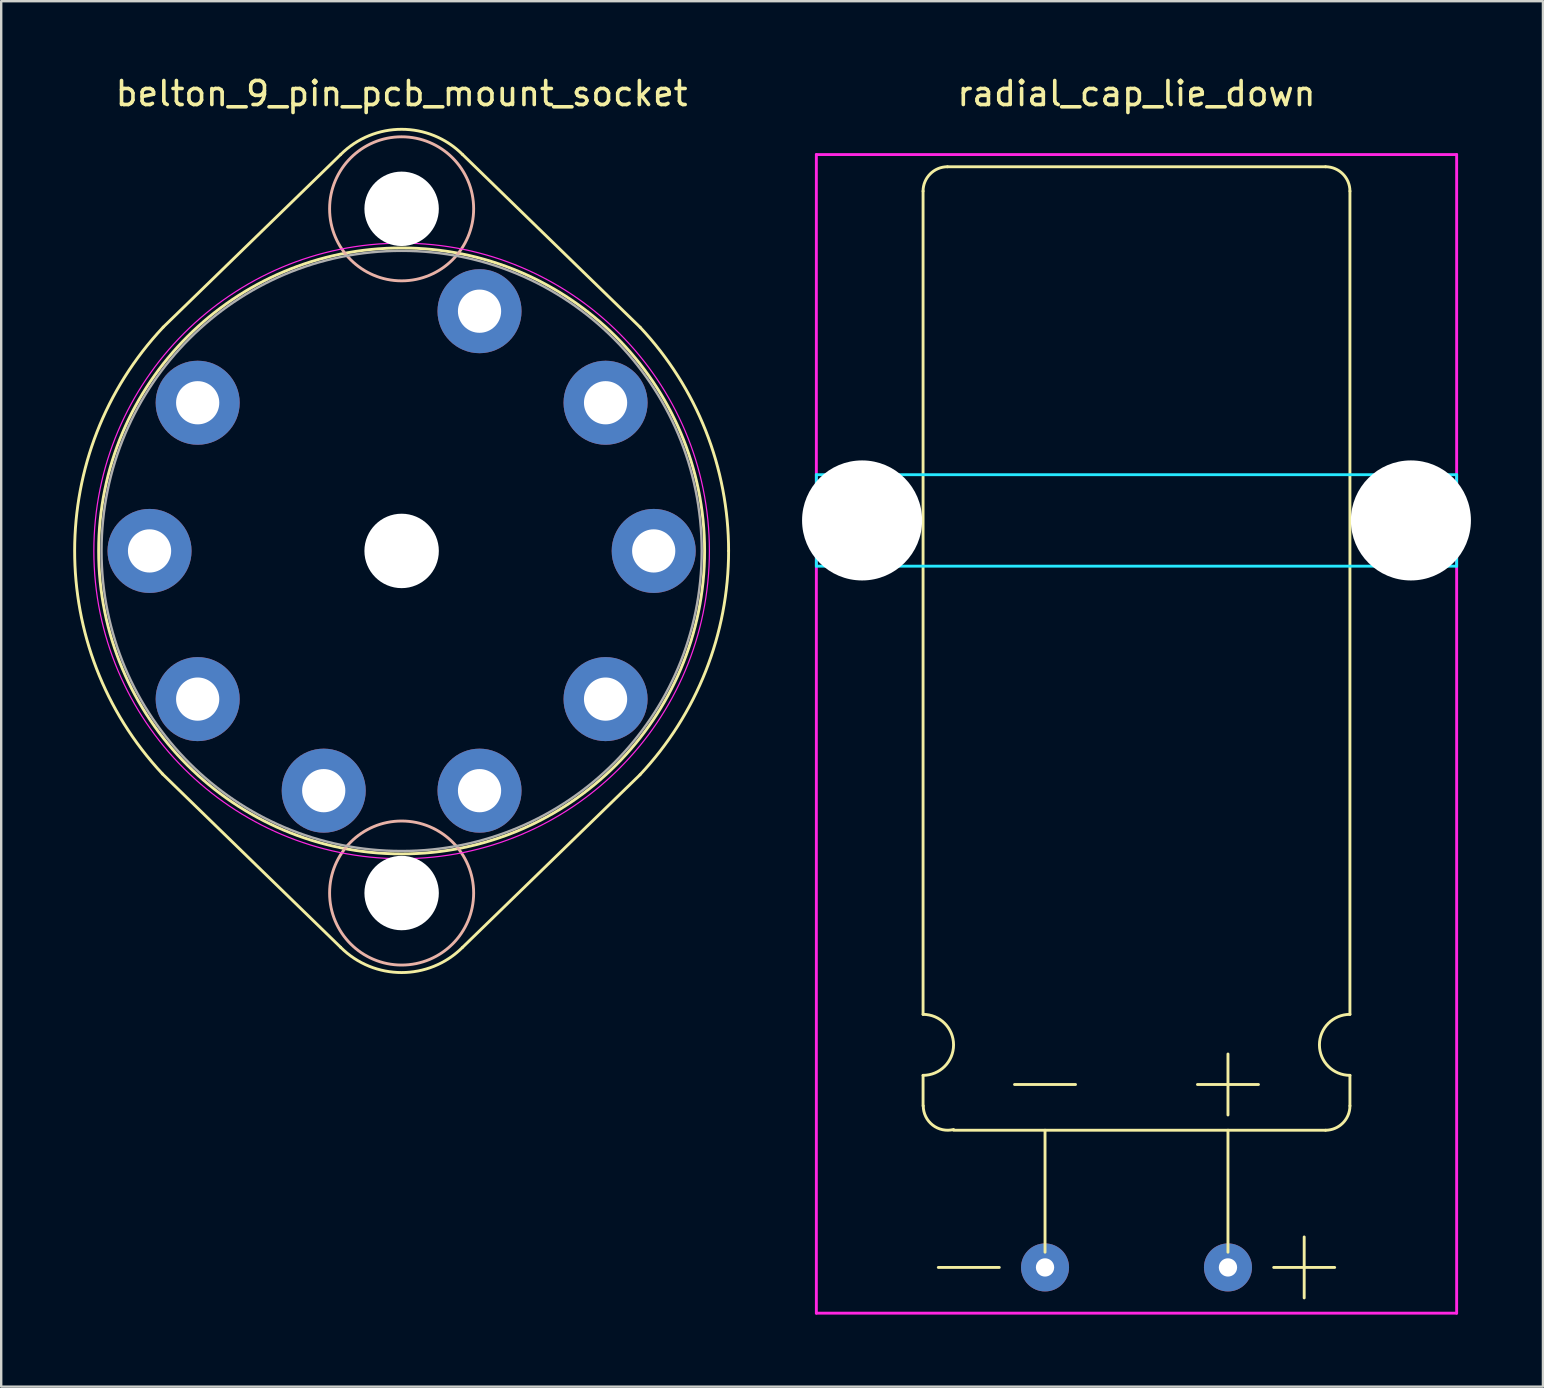
<source format=kicad_pcb>
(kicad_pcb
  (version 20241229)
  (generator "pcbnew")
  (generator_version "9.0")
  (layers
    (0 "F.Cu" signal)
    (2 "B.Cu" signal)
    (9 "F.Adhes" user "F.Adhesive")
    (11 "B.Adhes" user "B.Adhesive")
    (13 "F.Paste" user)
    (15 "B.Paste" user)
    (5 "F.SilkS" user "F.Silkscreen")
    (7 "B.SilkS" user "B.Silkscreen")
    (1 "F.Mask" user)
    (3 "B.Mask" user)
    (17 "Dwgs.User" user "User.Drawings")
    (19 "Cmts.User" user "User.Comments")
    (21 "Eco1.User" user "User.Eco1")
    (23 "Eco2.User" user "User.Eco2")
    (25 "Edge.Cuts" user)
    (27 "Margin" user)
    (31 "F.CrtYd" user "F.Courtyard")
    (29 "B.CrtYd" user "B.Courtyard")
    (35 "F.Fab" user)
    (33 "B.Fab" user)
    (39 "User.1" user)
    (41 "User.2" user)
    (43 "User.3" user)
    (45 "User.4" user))
  (footprint "radial_cap_lie_down"
    (layer "F.Cu")
    (at 44.289 44.028)
    (property "Reference" "radial_cap_lie_down" (at 0 -43.18 0) (layer "F.SilkS") (effects (font (size 1 1) (thickness 0.15))))
    (attr through_hole)
    (fp_line (start -8.89 -39.116) (end -8.89 -4.826) (stroke (width 0.12) (type solid)) (layer "F.SilkS"))
    (fp_line (start -8.89 -2.286) (end -8.89 -1.016) (stroke (width 0.12) (type solid)) (layer "F.SilkS"))
    (fp_line (start -8.255 5.715) (end -5.715 5.715) (stroke (width 0.12) (type solid)) (layer "F.SilkS"))
    (fp_line (start -7.62 0) (end 7.874 0) (stroke (width 0.12) (type solid)) (layer "F.SilkS"))
    (fp_line (start -5.08 -1.905) (end -2.54 -1.905) (stroke (width 0.12) (type solid)) (layer "F.SilkS"))
    (fp_line (start -3.81 5.08) (end -3.81 0) (stroke (width 0.12) (type solid)) (layer "F.SilkS"))
    (fp_line (start 2.54 -1.905) (end 5.08 -1.905) (stroke (width 0.12) (type solid)) (layer "F.SilkS"))
    (fp_line (start 3.81 -0.635) (end 3.81 -3.175) (stroke (width 0.12) (type solid)) (layer "F.SilkS"))
    (fp_line (start 3.81 5.08) (end 3.81 0) (stroke (width 0.12) (type solid)) (layer "F.SilkS"))
    (fp_line (start 5.715 5.715) (end 8.255 5.715) (stroke (width 0.12) (type solid)) (layer "F.SilkS"))
    (fp_line (start 6.985 6.985) (end 6.985 4.445) (stroke (width 0.12) (type solid)) (layer "F.SilkS"))
    (fp_line (start 7.874 -40.132) (end -7.874 -40.132) (stroke (width 0.12) (type solid)) (layer "F.SilkS"))
    (fp_line (start 8.89 -4.826) (end 8.89 -39.116) (stroke (width 0.12) (type solid)) (layer "F.SilkS"))
    (fp_line (start 8.89 -1.016) (end 8.89 -2.286) (stroke (width 0.12) (type solid)) (layer "F.SilkS"))
    (fp_arc (start -8.89 -39.116) (mid -8.59242 -39.83442) (end -7.874 -40.132) (stroke (width 0.12) (type solid)) (layer "F.SilkS"))
    (fp_arc (start -8.89 -4.826) (mid -7.62 -3.556) (end -8.89 -2.286) (stroke (width 0.12) (type solid)) (layer "F.SilkS"))
    (fp_arc (start -7.62 -0.030335) (mid -8.491675 -0.215183) (end -8.882416 -1.016) (stroke (width 0.12) (type solid)) (layer "F.SilkS"))
    (fp_arc (start 7.874 -40.132) (mid 8.59242 -39.83442) (end 8.89 -39.116) (stroke (width 0.12) (type solid)) (layer "F.SilkS"))
    (fp_arc (start 8.89 -2.286) (mid 7.62 -3.556) (end 8.89 -4.826) (stroke (width 0.12) (type solid)) (layer "F.SilkS"))
    (fp_arc (start 8.89 -1.016) (mid 8.59242 -0.29758) (end 7.874 0) (stroke (width 0.12) (type solid)) (layer "F.SilkS"))
    (fp_line (start -13.335 -27.305) (end -13.335 -23.495) (stroke (width 0.12) (type solid)) (layer "B.CrtYd"))
    (fp_line (start -13.335 -23.495) (end 13.335 -23.495) (stroke (width 0.12) (type solid)) (layer "B.CrtYd"))
    (fp_line (start 13.335 -27.305) (end -13.335 -27.305) (stroke (width 0.12) (type solid)) (layer "B.CrtYd"))
    (fp_line (start 13.335 -25.4) (end 13.335 -27.305) (stroke (width 0.12) (type solid)) (layer "B.CrtYd"))
    (fp_line (start 13.335 -23.495) (end 13.335 -25.4) (stroke (width 0.12) (type solid)) (layer "B.CrtYd"))
    (fp_line (start -13.335 -40.64) (end -13.335 7.62) (stroke (width 0.12) (type solid)) (layer "F.CrtYd"))
    (fp_line (start -13.335 7.62) (end 13.335 7.62) (stroke (width 0.12) (type solid)) (layer "F.CrtYd"))
    (fp_line (start 13.335 -40.64) (end -13.335 -40.64) (stroke (width 0.12) (type solid)) (layer "F.CrtYd"))
    (fp_line (start 13.335 7.62) (end 13.335 -40.64) (stroke (width 0.12) (type solid)) (layer "F.CrtYd"))
    (pad "" np_thru_hole circle (at -11.43 -25.4) (size 5 5) (drill 5) (layers "*.Cu" "*.Mask"))
    (pad "" np_thru_hole circle (at 11.43 -25.4) (size 5 5) (drill 5) (layers "*.Cu" "*.Mask"))
    (pad "1" thru_hole circle (at 3.81 5.715) (size 2 2) (drill 0.762) (layers "*.Cu" "*.Mask"))
    (pad "2" thru_hole circle (at -3.81 5.715) (size 2 2) (drill 0.762) (layers "*.Cu" "*.Mask")))
  (footprint "belton_9_pin_pcb_mount_socket"
    (layer "F.Cu")
    (at 13.679 19.898)
    (property "Reference" "belton_9_pin_pcb_mount_socket" (at 0 -19.05 0) (layer "F.SilkS") (effects (font (size 1 1) (thickness 0.15))))
    (attr through_hole)
    (fp_line (start -9.93 -9.322) (end -2.54 -16.51) (stroke (width 0.12) (type solid)) (layer "F.SilkS"))
    (fp_line (start -2.54 16.51) (end -9.957 9.293) (stroke (width 0.12) (type solid)) (layer "F.SilkS"))
    (fp_line (start 2.54 -16.51) (end 9.936 -9.315) (stroke (width 0.12) (type solid)) (layer "F.SilkS"))
    (fp_line (start 2.54 16.51) (end 9.93 9.322) (stroke (width 0.12) (type solid)) (layer "F.SilkS"))
    (fp_arc (start -9.956598 9.292825) (mid -13.619473 -0.019721) (end -9.929644 -9.32162) (stroke (width 0.12) (type solid)) (layer "F.SilkS"))
    (fp_arc (start -2.54 -16.51) (mid 0 -17.562102) (end 2.54 -16.51) (stroke (width 0.12) (type solid)) (layer "F.SilkS"))
    (fp_arc (start 2.54 16.51) (mid 0 17.562102) (end -2.54 16.51) (stroke (width 0.12) (type solid)) (layer "F.SilkS"))
    (fp_arc (start 9.935923 -9.314927) (mid 12.665161 -5.008406) (end 13.619487 0) (stroke (width 0.12) (type solid)) (layer "F.SilkS"))
    (fp_arc (start 13.619487 0) (mid 12.663473 5.012672) (end 9.929644 9.32162) (stroke (width 0.12) (type solid)) (layer "F.SilkS"))
    (fp_circle (center 0 0) (end 0 12.62) (stroke (width 0.12) (type solid)) (fill no) (layer "F.SilkS"))
    (fp_circle (center 0 -14.25) (end 3 -14.25) (stroke (width 0.12) (type solid)) (fill no) (layer "B.SilkS"))
    (fp_circle (center 0 14.25) (end 3 14.25) (stroke (width 0.12) (type solid)) (fill no) (layer "B.SilkS"))
    (fp_circle (center 0 0) (end 0 12.82) (stroke (width 0.05) (type solid)) (fill no) (layer "F.CrtYd"))
    (fp_circle (center 0 0) (end 0 12.5) (stroke (width 0.1) (type solid)) (fill no) (layer "F.Fab"))
    (pad "" np_thru_hole circle (at 0 -14.25) (size 3.1 3.1) (drill 3.1) (layers "*.Cu" "*.Mask"))
    (pad "" np_thru_hole circle (at 0 0) (size 3.1 3.1) (drill 3.1) (layers "*.Cu" "*.Mask"))
    (pad "" np_thru_hole circle (at 0 14.25) (size 3.1 3.1) (drill 3.1) (layers "*.Cu" "*.Mask"))
    (pad "1" thru_hole oval (at -8.495 -6.172) (size 3.5 3.5) (drill 1.8) (layers "*.Cu" "*.Mask"))
    (pad "2" thru_hole oval (at -10.5 0) (size 3.5 3.5) (drill 1.8) (layers "*.Cu" "*.Mask"))
    (pad "3" thru_hole oval (at -8.495 6.172) (size 3.5 3.5) (drill 1.8) (layers "*.Cu" "*.Mask"))
    (pad "4" thru_hole oval (at -3.245 9.986) (size 3.5 3.5) (drill 1.8) (layers "*.Cu" "*.Mask"))
    (pad "5" thru_hole oval (at 3.245 9.986) (size 3.5 3.5) (drill 1.8) (layers "*.Cu" "*.Mask"))
    (pad "6" thru_hole oval (at 8.495 6.172) (size 3.5 3.5) (drill 1.8) (layers "*.Cu" "*.Mask"))
    (pad "7" thru_hole oval (at 10.5 0) (size 3.5 3.5) (drill 1.8) (layers "*.Cu" "*.Mask"))
    (pad "8" thru_hole oval (at 8.495 -6.172) (size 3.5 3.5) (drill 1.8) (layers "*.Cu" "*.Mask"))
    (pad "9" thru_hole oval (at 3.245 -9.986) (size 3.5 3.5) (drill 1.8) (layers "*.Cu" "*.Mask")))
  (gr_rect
    (start -3 -3)
    (end 61.219 54.708)
    (stroke (width 0.1) (type default))
    (fill no)
    (layer "Edge.Cuts")))
</source>
